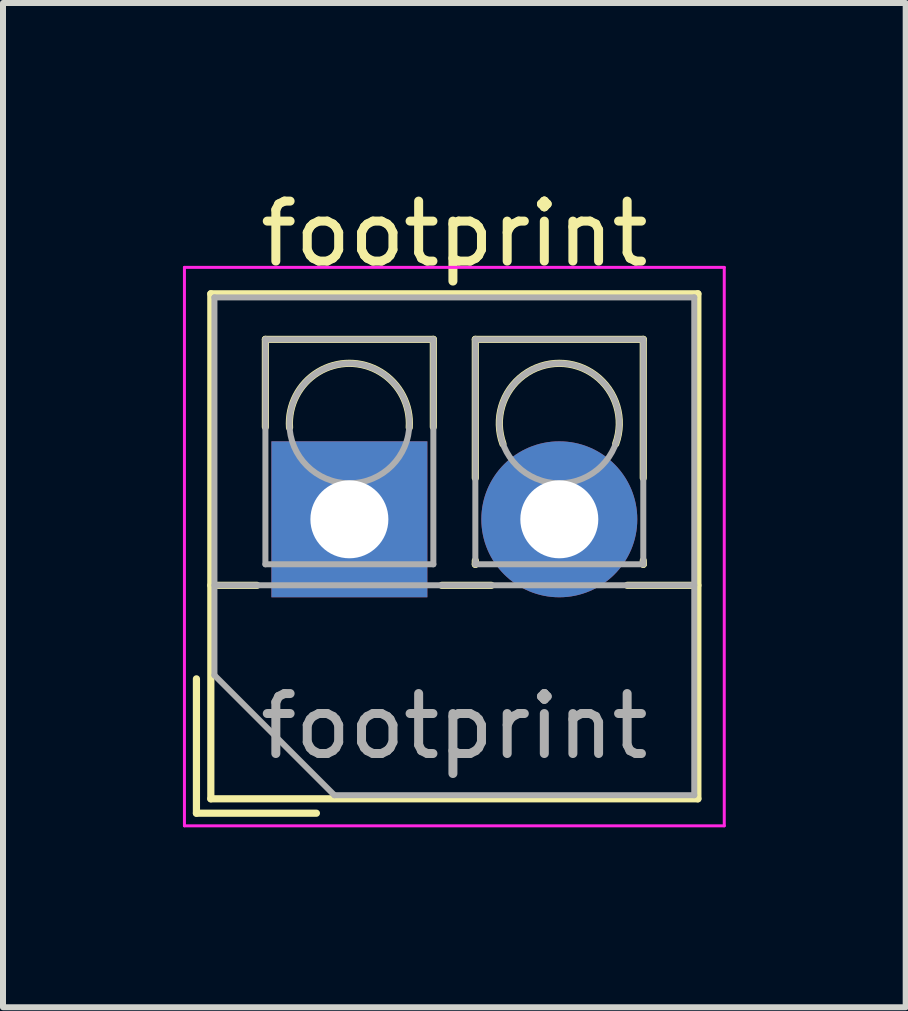
<source format=kicad_pcb>
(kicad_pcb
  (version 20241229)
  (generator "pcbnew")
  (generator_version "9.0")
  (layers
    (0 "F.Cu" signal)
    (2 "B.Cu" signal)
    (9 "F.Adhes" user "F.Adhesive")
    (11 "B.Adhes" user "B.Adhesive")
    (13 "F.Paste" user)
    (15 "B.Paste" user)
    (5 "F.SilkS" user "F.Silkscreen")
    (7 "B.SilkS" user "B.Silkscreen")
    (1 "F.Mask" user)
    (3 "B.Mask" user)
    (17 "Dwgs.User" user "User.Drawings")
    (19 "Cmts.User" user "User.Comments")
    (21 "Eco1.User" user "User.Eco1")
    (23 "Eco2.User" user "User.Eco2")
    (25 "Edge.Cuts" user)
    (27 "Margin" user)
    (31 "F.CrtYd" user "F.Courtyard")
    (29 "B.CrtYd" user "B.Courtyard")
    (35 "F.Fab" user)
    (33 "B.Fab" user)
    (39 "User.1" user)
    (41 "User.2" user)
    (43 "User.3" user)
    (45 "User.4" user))
  (footprint "footprint"
    (layer "F.Cu")
    (at 2.775 5.608)
    (property "Reference" "footprint" (at 1.75 -4.76 0) (layer "F.SilkS") (effects (font (size 1 1) (thickness 0.15))))
    (attr through_hole)
    (fp_line (start -2.55 2.66) (end -2.55 4.9) (stroke (width 0.12) (type solid)) (layer "F.SilkS"))
    (fp_line (start -2.55 4.9) (end -0.55 4.9) (stroke (width 0.12) (type solid)) (layer "F.SilkS"))
    (fp_line (start -2.31 -3.76) (end -2.31 4.66) (stroke (width 0.12) (type solid)) (layer "F.SilkS"))
    (fp_line (start -2.31 -3.76) (end 5.81 -3.76) (stroke (width 0.12) (type solid)) (layer "F.SilkS"))
    (fp_line (start -2.31 1.101) (end -1.54 1.101) (stroke (width 0.12) (type solid)) (layer "F.SilkS"))
    (fp_line (start -2.31 4.66) (end 5.81 4.66) (stroke (width 0.12) (type solid)) (layer "F.SilkS"))
    (fp_line (start -1.4 -3) (end -1.4 -1.54) (stroke (width 0.12) (type solid)) (layer "F.SilkS"))
    (fp_line (start -1.4 -3) (end 1.4 -3) (stroke (width 0.12) (type solid)) (layer "F.SilkS"))
    (fp_line (start 1.4 -3) (end 1.4 -1.54) (stroke (width 0.12) (type solid)) (layer "F.SilkS"))
    (fp_line (start 1.54 1.101) (end 2.367 1.101) (stroke (width 0.12) (type solid)) (layer "F.SilkS"))
    (fp_line (start 2.1 -3) (end 2.1 -0.689) (stroke (width 0.12) (type solid)) (layer "F.SilkS"))
    (fp_line (start 2.1 -3) (end 4.9 -3) (stroke (width 0.12) (type solid)) (layer "F.SilkS"))
    (fp_line (start 2.1 0.689) (end 2.1 0.75) (stroke (width 0.12) (type solid)) (layer "F.SilkS"))
    (fp_line (start 2.1 0.75) (end 2.101 0.75) (stroke (width 0.12) (type solid)) (layer "F.SilkS"))
    (fp_line (start 4.634 1.101) (end 5.81 1.101) (stroke (width 0.12) (type solid)) (layer "F.SilkS"))
    (fp_line (start 4.9 -3) (end 4.9 -0.689) (stroke (width 0.12) (type solid)) (layer "F.SilkS"))
    (fp_line (start 4.9 0.689) (end 4.9 0.75) (stroke (width 0.12) (type solid)) (layer "F.SilkS"))
    (fp_line (start 4.9 0.75) (end 4.9 0.75) (stroke (width 0.12) (type solid)) (layer "F.SilkS"))
    (fp_line (start 5.81 -3.76) (end 5.81 4.66) (stroke (width 0.12) (type solid)) (layer "F.SilkS"))
    (fp_arc (start -0.99789 -1.529434) (mid -0.000785 -2.600382) (end 0.998 -1.531) (stroke (width 0.12) (type solid)) (layer "F.SilkS"))
    (fp_arc (start 2.560085 -1.257767) (mid 3.499876 -2.600282) (end 4.44 -1.258) (stroke (width 0.12) (type solid)) (layer "F.SilkS"))
    (fp_line (start -2.75 -4.2) (end -2.75 5.11) (stroke (width 0.05) (type solid)) (layer "F.CrtYd"))
    (fp_line (start -2.75 5.11) (end 6.25 5.11) (stroke (width 0.05) (type solid)) (layer "F.CrtYd"))
    (fp_line (start 6.25 -4.2) (end -2.75 -4.2) (stroke (width 0.05) (type solid)) (layer "F.CrtYd"))
    (fp_line (start 6.25 5.11) (end 6.25 -4.2) (stroke (width 0.05) (type solid)) (layer "F.CrtYd"))
    (fp_line (start -2.25 -3.7) (end 5.75 -3.7) (stroke (width 0.1) (type solid)) (layer "F.Fab"))
    (fp_line (start -2.25 1.1) (end 5.75 1.1) (stroke (width 0.1) (type solid)) (layer "F.Fab"))
    (fp_line (start -2.25 2.6) (end -2.25 -3.7) (stroke (width 0.1) (type solid)) (layer "F.Fab"))
    (fp_line (start -1.4 -3) (end -1.4 0.75) (stroke (width 0.1) (type solid)) (layer "F.Fab"))
    (fp_line (start -1.4 0.75) (end 1.4 0.75) (stroke (width 0.1) (type solid)) (layer "F.Fab"))
    (fp_line (start -0.25 4.6) (end -2.25 2.6) (stroke (width 0.1) (type solid)) (layer "F.Fab"))
    (fp_line (start 1.4 -3) (end -1.4 -3) (stroke (width 0.1) (type solid)) (layer "F.Fab"))
    (fp_line (start 1.4 0.75) (end 1.4 -3) (stroke (width 0.1) (type solid)) (layer "F.Fab"))
    (fp_line (start 2.1 -3) (end 2.1 0.75) (stroke (width 0.1) (type solid)) (layer "F.Fab"))
    (fp_line (start 2.1 0.75) (end 4.9 0.75) (stroke (width 0.1) (type solid)) (layer "F.Fab"))
    (fp_line (start 4.9 -3) (end 2.1 -3) (stroke (width 0.1) (type solid)) (layer "F.Fab"))
    (fp_line (start 4.9 0.75) (end 4.9 -3) (stroke (width 0.1) (type solid)) (layer "F.Fab"))
    (fp_line (start 5.75 -3.7) (end 5.75 4.6) (stroke (width 0.1) (type solid)) (layer "F.Fab"))
    (fp_line (start 5.75 4.6) (end -0.25 4.6) (stroke (width 0.1) (type solid)) (layer "F.Fab"))
    (fp_circle (center 0 -1.6) (end 1 -1.6) (stroke (width 0.1) (type solid)) (fill no) (layer "F.Fab"))
    (fp_circle (center 3.5 -1.6) (end 4.5 -1.6) (stroke (width 0.1) (type solid)) (fill no) (layer "F.Fab"))
    (fp_text user "${REFERENCE}" (at 1.75 3.45 0) (layer "F.Fab") (effects (font (size 1 1) (thickness 0.15))))
    (pad "1" thru_hole rect (at 0 0) (size 2.6 2.6) (drill 1.3) (layers "*.Cu" "*.Mask"))
    (pad "2" thru_hole circle (at 3.5 0) (size 2.6 2.6) (drill 1.3) (layers "*.Cu" "*.Mask")))
  (gr_rect
    (start -3 -3)
    (end 12.05 13.743)
    (stroke (width 0.1) (type default))
    (fill no)
    (layer "Edge.Cuts")))
</source>
